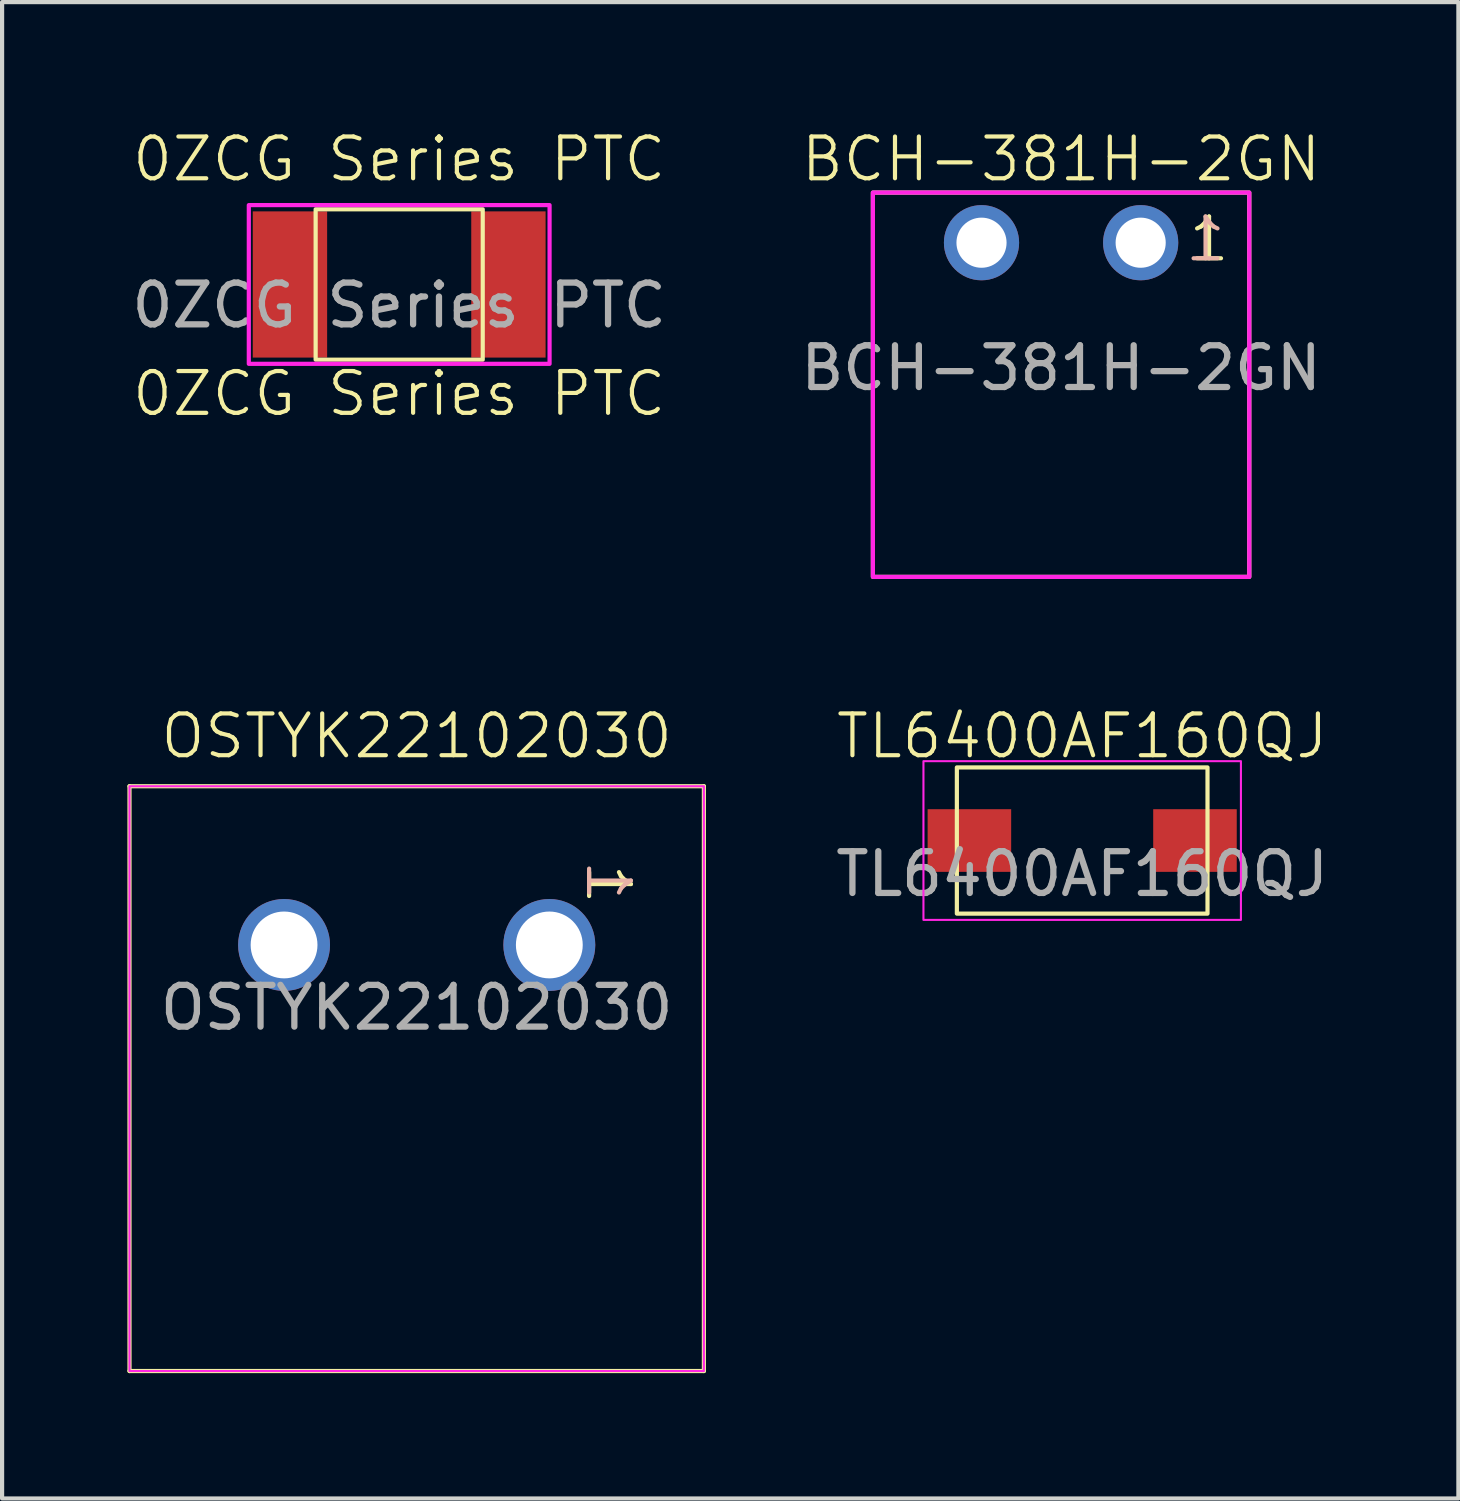
<source format=kicad_pcb>
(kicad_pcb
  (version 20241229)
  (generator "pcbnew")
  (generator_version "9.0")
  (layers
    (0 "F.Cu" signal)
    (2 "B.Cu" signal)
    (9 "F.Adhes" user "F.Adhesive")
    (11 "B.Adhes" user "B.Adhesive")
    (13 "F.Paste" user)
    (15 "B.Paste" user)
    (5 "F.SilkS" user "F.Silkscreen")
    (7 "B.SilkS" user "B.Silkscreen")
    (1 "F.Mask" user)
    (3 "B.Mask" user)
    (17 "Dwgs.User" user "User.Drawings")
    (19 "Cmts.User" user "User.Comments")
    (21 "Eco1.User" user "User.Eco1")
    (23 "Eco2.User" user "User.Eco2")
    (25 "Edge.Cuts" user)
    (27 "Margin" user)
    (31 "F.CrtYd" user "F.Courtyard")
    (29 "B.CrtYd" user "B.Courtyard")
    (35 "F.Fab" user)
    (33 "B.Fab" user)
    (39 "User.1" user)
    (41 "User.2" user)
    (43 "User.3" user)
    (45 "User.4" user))
  (footprint "OSTYK22102030"
    (layer "F.Cu")
    (at 6.925 19.571)
    (property "Reference" "OSTYK22102030" (at 0 -5 0) (unlocked yes) (layer "F.SilkS") (effects (font (size 1 1) (thickness 0.1))))
    (attr through_hole)
    (fp_line (start -6.875 -3.8) (end 6.875 -3.8) (stroke (width 0.1) (type default)) (layer "F.SilkS"))
    (fp_line (start -6.875 10.2) (end -6.875 -3.8) (stroke (width 0.1) (type default)) (layer "F.SilkS"))
    (fp_line (start 6.875 -3.8) (end 6.875 10.2) (stroke (width 0.1) (type default)) (layer "F.SilkS"))
    (fp_line (start 6.875 10.2) (end -6.875 10.2) (stroke (width 0.1) (type default)) (layer "F.SilkS"))
    (fp_rect (start -6.875 -3.8) (end 6.875 10.2) (stroke (width 0.05) (type default)) (fill no) (layer "F.CrtYd"))
    (fp_text user "1" (at 4 -2 270) (unlocked yes) (layer "F.SilkS") (effects (font (size 1 1) (thickness 0.1)) (justify left bottom)))
    (fp_text user "1" (at 4 -1 270) (unlocked yes) (layer "B.SilkS") (effects (font (size 1 1) (thickness 0.1)) (justify left bottom mirror)))
    (fp_text user "${REFERENCE}" (at 0 1.5 0) (unlocked yes) (layer "F.Fab") (effects (font (size 1 1) (thickness 0.15))))
    (pad "1" thru_hole circle (at 3.175 0) (size 2.2 2.2) (drill 1.6) (layers "*.Cu" "*.Mask"))
    (pad "2" thru_hole circle (at -3.175 0) (size 2.2 2.2) (drill 1.6) (layers "*.Cu" "*.Mask")))
  (footprint "TL6400AF160QJ"
    (layer "F.Cu")
    (at 22.856 17.071)
    (property "Reference" "TL6400AF160QJ" (at 0 -2.5 0) (unlocked yes) (layer "F.SilkS") (effects (font (size 1 1) (thickness 0.1))))
    (attr smd)
    (fp_rect (start -3 -1.75) (end 3 1.75) (stroke (width 0.1) (type default)) (fill no) (layer "F.SilkS"))
    (fp_rect (start -3.8 -1.9) (end 3.8 1.9) (stroke (width 0.05) (type default)) (fill no) (layer "F.CrtYd"))
    (fp_text user "${REFERENCE}" (at 0 0.8 0) (unlocked yes) (layer "F.Fab") (effects (font (size 1 1) (thickness 0.15))))
    (pad "1" smd rect (at -2.7 0) (size 2 1.5) (layers "F.Cu" "F.Mask" "F.Paste"))
    (pad "2" smd rect (at 2.7 0) (size 2 1.5) (layers "F.Cu" "F.Mask" "F.Paste")))
  (footprint "BCH-381H-2GN"
    (layer "F.Cu")
    (at 22.351 2.76)
    (property "Reference" "BCH-381H-2GN" (at 0 -2 0) (unlocked yes) (layer "F.SilkS") (effects (font (size 1 1) (thickness 0.1))))
    (attr through_hole)
    (fp_rect (start -4.505 -1.2) (end 4.505 8) (stroke (width 0.1) (type default)) (fill no) (layer "F.SilkS"))
    (fp_rect (start -4.505 -1.2) (end 4.505 8) (stroke (width 0.1) (type default)) (fill no) (layer "F.CrtYd"))
    (fp_text user "1" (at 3 0.5 0) (unlocked yes) (layer "F.SilkS") (effects (font (size 1 1) (thickness 0.1)) (justify left bottom)))
    (fp_text user "1" (at 4 0.5 0) (unlocked yes) (layer "B.SilkS") (effects (font (size 1 1) (thickness 0.1)) (justify left bottom mirror)))
    (fp_text user "${REFERENCE}" (at 0 3 0) (unlocked yes) (layer "F.Fab") (effects (font (size 1 1) (thickness 0.15))))
    (pad "1" thru_hole circle (at 1.905 0) (size 1.8 1.8) (drill 1.2) (layers "*.Cu" "*.Mask"))
    (pad "2" thru_hole circle (at -1.905 0) (size 1.8 1.8) (drill 1.2) (layers "*.Cu" "*.Mask")))
  (footprint "0ZCG Series PTC"
    (layer "F.Cu")
    (at 6.506 3.76)
    (property "Reference" "0ZCG Series PTC" (at 0 -3 0) (unlocked yes) (layer "F.SilkS") (effects (font (size 1 1) (thickness 0.1))))
    (property "Value" "0ZCG Series PTC" (at 0 -1 0) (unlocked yes) (layer "F.Fab") (hide yes) (effects (font (size 1 1) (thickness 0.15))))
    (attr smd)
    (fp_rect (start -2 -1.8) (end 2 1.8) (stroke (width 0.1) (type default)) (fill no) (layer "F.SilkS"))
    (fp_rect (start -3.6 -1.9) (end 3.6 1.9) (stroke (width 0.1) (type default)) (fill no) (layer "F.CrtYd"))
    (fp_text user "${VALUE}" (at 0 3.2 0) (unlocked yes) (layer "F.SilkS") (effects (font (size 1 1) (thickness 0.1)) (justify bottom)))
    (fp_text user "${REFERENCE}" (at 0 0.5 0) (unlocked yes) (layer "F.Fab") (effects (font (size 1 1) (thickness 0.15))))
    (pad "1" smd rect (at -2.615 0) (size 1.78 3.5) (layers "F.Cu" "F.Mask" "F.Paste"))
    (pad "2" smd rect (at 2.615 0) (size 1.78 3.5) (layers "F.Cu" "F.Mask" "F.Paste")))
  (gr_rect
    (start -3 -3)
    (end 31.862 32.821)
    (stroke (width 0.1) (type default))
    (fill no)
    (layer "Edge.Cuts")))
</source>
